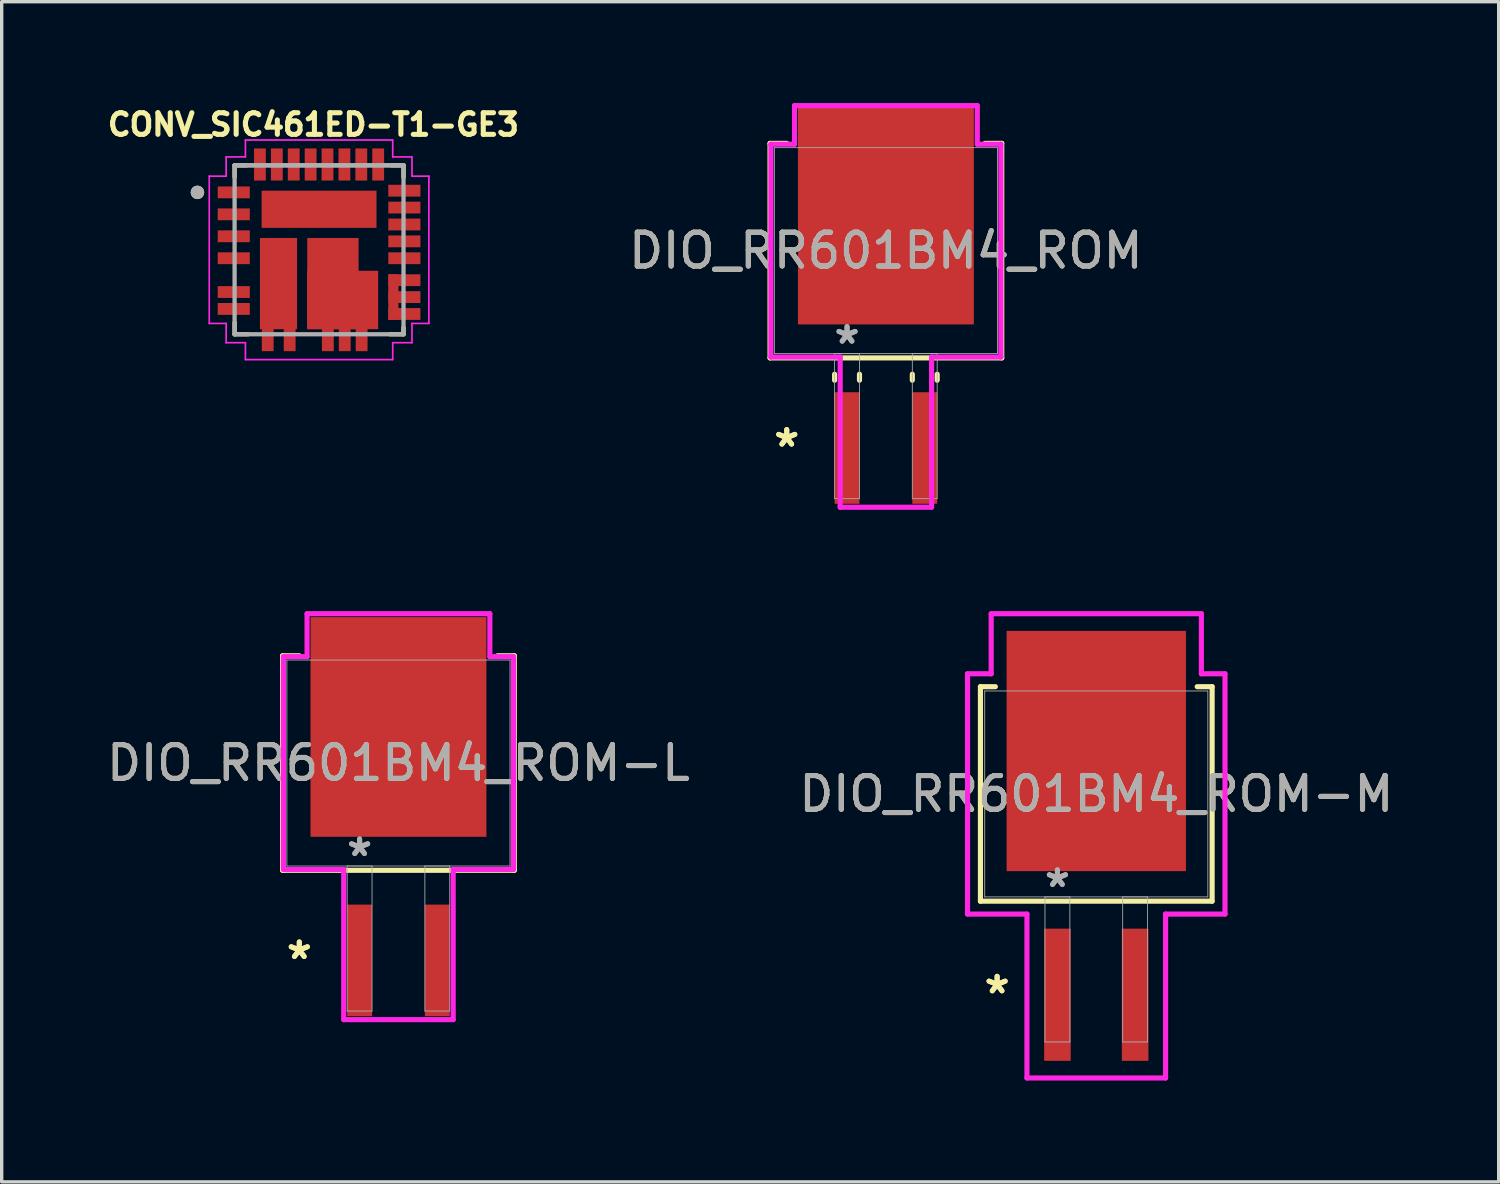
<source format=kicad_pcb>
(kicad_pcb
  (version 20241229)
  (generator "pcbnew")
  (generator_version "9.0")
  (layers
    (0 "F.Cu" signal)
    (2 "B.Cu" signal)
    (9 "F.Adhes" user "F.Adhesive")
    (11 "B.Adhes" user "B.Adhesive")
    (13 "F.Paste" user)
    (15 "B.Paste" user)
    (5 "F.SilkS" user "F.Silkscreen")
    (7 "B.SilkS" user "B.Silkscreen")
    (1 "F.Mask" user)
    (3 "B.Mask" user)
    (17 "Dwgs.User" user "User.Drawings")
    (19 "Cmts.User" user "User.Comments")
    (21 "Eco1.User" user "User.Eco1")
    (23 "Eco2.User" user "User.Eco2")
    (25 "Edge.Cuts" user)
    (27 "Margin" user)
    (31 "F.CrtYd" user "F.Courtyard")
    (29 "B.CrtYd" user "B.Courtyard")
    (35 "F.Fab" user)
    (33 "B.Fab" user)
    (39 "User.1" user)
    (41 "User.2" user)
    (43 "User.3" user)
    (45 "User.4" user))
  (footprint "DIO_RR601BM4_ROM"
    (layer "F.Cu")
    (at 23.172 4.369)
    (property "Reference" "DIO_RR601BM4_ROM" (at 0 0 0) (unlocked yes) (layer "F.SilkS") (effects (font (size 1 1) (thickness 0.15))))
    (attr smd)
    (fp_line (start -3.429 -3.175) (end -3.429 3.175) (stroke (width 0.152) (type solid)) (layer "F.SilkS"))
    (fp_line (start -3.429 3.175) (end 3.429 3.175) (stroke (width 0.152) (type solid)) (layer "F.SilkS"))
    (fp_line (start -2.936 -3.175) (end -3.429 -3.175) (stroke (width 0.152) (type solid)) (layer "F.SilkS"))
    (fp_line (start -1.518 3.658) (end -1.518 3.835) (stroke (width 0.152) (type solid)) (layer "F.SilkS"))
    (fp_line (start -0.782 3.658) (end -0.782 3.835) (stroke (width 0.152) (type solid)) (layer "F.SilkS"))
    (fp_line (start 0.782 3.658) (end 0.782 3.835) (stroke (width 0.152) (type solid)) (layer "F.SilkS"))
    (fp_line (start 1.518 3.658) (end 1.518 3.835) (stroke (width 0.152) (type solid)) (layer "F.SilkS"))
    (fp_line (start 3.429 -3.175) (end 2.936 -3.175) (stroke (width 0.152) (type solid)) (layer "F.SilkS"))
    (fp_line (start 3.429 3.175) (end 3.429 -3.175) (stroke (width 0.152) (type solid)) (layer "F.SilkS"))
    (fp_line (start -3.404 -3.15) (end -2.705 -3.15) (stroke (width 0.152) (type solid)) (layer "F.CrtYd"))
    (fp_line (start -3.404 3.15) (end -3.404 -3.15) (stroke (width 0.152) (type solid)) (layer "F.CrtYd"))
    (fp_line (start -2.705 -4.293) (end 2.705 -4.293) (stroke (width 0.152) (type solid)) (layer "F.CrtYd"))
    (fp_line (start -2.705 -3.15) (end -2.705 -4.293) (stroke (width 0.152) (type solid)) (layer "F.CrtYd"))
    (fp_line (start -1.353 3.15) (end -3.404 3.15) (stroke (width 0.152) (type solid)) (layer "F.CrtYd"))
    (fp_line (start -1.353 7.595) (end -1.353 3.15) (stroke (width 0.152) (type solid)) (layer "F.CrtYd"))
    (fp_line (start 1.353 3.15) (end 1.353 7.595) (stroke (width 0.152) (type solid)) (layer "F.CrtYd"))
    (fp_line (start 1.353 7.595) (end -1.353 7.595) (stroke (width 0.152) (type solid)) (layer "F.CrtYd"))
    (fp_line (start 2.705 -4.293) (end 2.705 -3.15) (stroke (width 0.152) (type solid)) (layer "F.CrtYd"))
    (fp_line (start 2.705 -3.15) (end 3.404 -3.15) (stroke (width 0.152) (type solid)) (layer "F.CrtYd"))
    (fp_line (start 3.404 -3.15) (end 3.404 3.15) (stroke (width 0.152) (type solid)) (layer "F.CrtYd"))
    (fp_line (start 3.404 3.15) (end 1.353 3.15) (stroke (width 0.152) (type solid)) (layer "F.CrtYd"))
    (fp_line (start -3.302 -3.048) (end -3.302 3.048) (stroke (width 0.025) (type solid)) (layer "F.Fab"))
    (fp_line (start -3.302 3.048) (end 3.302 3.048) (stroke (width 0.025) (type solid)) (layer "F.Fab"))
    (fp_line (start -1.518 3.048) (end -1.518 7.341) (stroke (width 0.025) (type solid)) (layer "F.Fab"))
    (fp_line (start -1.518 7.341) (end -0.782 7.341) (stroke (width 0.025) (type solid)) (layer "F.Fab"))
    (fp_line (start -0.782 3.048) (end -1.518 3.048) (stroke (width 0.025) (type solid)) (layer "F.Fab"))
    (fp_line (start -0.782 7.341) (end -0.782 3.048) (stroke (width 0.025) (type solid)) (layer "F.Fab"))
    (fp_line (start 0.782 3.048) (end 0.782 7.341) (stroke (width 0.025) (type solid)) (layer "F.Fab"))
    (fp_line (start 0.782 7.341) (end 1.518 7.341) (stroke (width 0.025) (type solid)) (layer "F.Fab"))
    (fp_line (start 1.518 3.048) (end 0.782 3.048) (stroke (width 0.025) (type solid)) (layer "F.Fab"))
    (fp_line (start 1.518 7.341) (end 1.518 3.048) (stroke (width 0.025) (type solid)) (layer "F.Fab"))
    (fp_line (start 3.302 -3.048) (end -3.302 -3.048) (stroke (width 0.025) (type solid)) (layer "F.Fab"))
    (fp_line (start 3.302 3.048) (end 3.302 -3.048) (stroke (width 0.025) (type solid)) (layer "F.Fab"))
    (fp_text user "*" (at -2.935 5.842 0) (layer "F.SilkS") (effects (font (size 1 1) (thickness 0.15))))
    (fp_text user "*" (at -2.935 5.842 0) (unlocked yes) (layer "F.SilkS") (effects (font (size 1 1) (thickness 0.15))))
    (fp_text user "*" (at -1.15 2.794 0) (layer "F.Fab") (effects (font (size 1 1) (thickness 0.15))))
    (fp_text user "*" (at -1.15 2.794 0) (unlocked yes) (layer "F.Fab") (effects (font (size 1 1) (thickness 0.15))))
    (fp_text user "${REFERENCE}" (at 0 0 0) (unlocked yes) (layer "F.Fab") (effects (font (size 1 1) (thickness 0.15))))
    (pad "1" smd rect (at -1.15 5.842) (size 0.737 3.302) (layers "F.Cu" "F.Mask" "F.Paste"))
    (pad "2" smd rect (at 1.15 5.842) (size 0.737 3.302) (layers "F.Cu" "F.Mask" "F.Paste"))
    (pad "3" smd rect (at 0 -1.067) (size 5.207 6.502) (layers "F.Cu" "F.Mask" "F.Paste")))
  (footprint "CONV_SIC461ED-T1-GE3"
    (layer "F.Cu")
    (at 6.394 4.344)
    (property "Reference" "CONV_SIC461ED-T1-GE3" (at -0.168 -3.706 0) (layer "F.SilkS") (effects (font (size 0.64 0.64) (thickness 0.15))))
    (attr smd)
    (fp_line (start -2.5 -2.5) (end -2.15 -2.5) (stroke (width 0.127) (type solid)) (layer "F.SilkS"))
    (fp_line (start -2.5 -2.15) (end -2.5 -2.5) (stroke (width 0.127) (type solid)) (layer "F.SilkS"))
    (fp_line (start -2.5 2.5) (end -2.5 2.15) (stroke (width 0.127) (type solid)) (layer "F.SilkS"))
    (fp_line (start -2.1 2.5) (end -2.5 2.5) (stroke (width 0.127) (type solid)) (layer "F.SilkS"))
    (fp_line (start 2.15 -2.5) (end 2.5 -2.5) (stroke (width 0.127) (type solid)) (layer "F.SilkS"))
    (fp_line (start 2.5 -2.5) (end 2.5 -2.15) (stroke (width 0.127) (type solid)) (layer "F.SilkS"))
    (fp_line (start 2.5 2.3) (end 2.5 2.5) (stroke (width 0.127) (type solid)) (layer "F.SilkS"))
    (fp_line (start 2.5 2.5) (end 2.1 2.5) (stroke (width 0.127) (type solid)) (layer "F.SilkS"))
    (fp_circle (center -3.6 -1.7) (end -3.5 -1.7) (stroke (width 0.2) (type solid)) (fill no) (layer "F.SilkS"))
    (fp_line (start -3.25 -2.18) (end -2.75 -2.18) (stroke (width 0.05) (type solid)) (layer "F.CrtYd"))
    (fp_line (start -3.25 2.18) (end -3.25 -2.18) (stroke (width 0.05) (type solid)) (layer "F.CrtYd"))
    (fp_line (start -2.75 -2.75) (end -2.18 -2.75) (stroke (width 0.05) (type solid)) (layer "F.CrtYd"))
    (fp_line (start -2.75 -2.18) (end -2.75 -2.75) (stroke (width 0.05) (type solid)) (layer "F.CrtYd"))
    (fp_line (start -2.75 2.18) (end -3.25 2.18) (stroke (width 0.05) (type solid)) (layer "F.CrtYd"))
    (fp_line (start -2.75 2.75) (end -2.75 2.18) (stroke (width 0.05) (type solid)) (layer "F.CrtYd"))
    (fp_line (start -2.18 -3.25) (end 2.18 -3.25) (stroke (width 0.05) (type solid)) (layer "F.CrtYd"))
    (fp_line (start -2.18 -2.75) (end -2.18 -3.25) (stroke (width 0.05) (type solid)) (layer "F.CrtYd"))
    (fp_line (start -2.18 2.75) (end -2.75 2.75) (stroke (width 0.05) (type solid)) (layer "F.CrtYd"))
    (fp_line (start -2.18 3.25) (end -2.18 2.75) (stroke (width 0.05) (type solid)) (layer "F.CrtYd"))
    (fp_line (start 2.18 -3.25) (end 2.18 -2.75) (stroke (width 0.05) (type solid)) (layer "F.CrtYd"))
    (fp_line (start 2.18 -2.75) (end 2.75 -2.75) (stroke (width 0.05) (type solid)) (layer "F.CrtYd"))
    (fp_line (start 2.18 2.75) (end 2.18 3.25) (stroke (width 0.05) (type solid)) (layer "F.CrtYd"))
    (fp_line (start 2.18 3.25) (end -2.18 3.25) (stroke (width 0.05) (type solid)) (layer "F.CrtYd"))
    (fp_line (start 2.75 -2.75) (end 2.75 -2.18) (stroke (width 0.05) (type solid)) (layer "F.CrtYd"))
    (fp_line (start 2.75 -2.18) (end 3.25 -2.18) (stroke (width 0.05) (type solid)) (layer "F.CrtYd"))
    (fp_line (start 2.75 2.18) (end 2.75 2.75) (stroke (width 0.05) (type solid)) (layer "F.CrtYd"))
    (fp_line (start 2.75 2.75) (end 2.18 2.75) (stroke (width 0.05) (type solid)) (layer "F.CrtYd"))
    (fp_line (start 3.25 -2.18) (end 3.25 2.18) (stroke (width 0.05) (type solid)) (layer "F.CrtYd"))
    (fp_line (start 3.25 2.18) (end 2.75 2.18) (stroke (width 0.05) (type solid)) (layer "F.CrtYd"))
    (fp_line (start -2.5 -2.5) (end 2.5 -2.5) (stroke (width 0.127) (type solid)) (layer "F.Fab"))
    (fp_line (start -2.5 -2.5) (end 2.5 -2.5) (stroke (width 0.127) (type solid)) (layer "F.Fab"))
    (fp_line (start -2.5 2.5) (end -2.5 -2.5) (stroke (width 0.127) (type solid)) (layer "F.Fab"))
    (fp_line (start 2.5 -2.5) (end 2.5 2.5) (stroke (width 0.127) (type solid)) (layer "F.Fab"))
    (fp_line (start 2.5 2.5) (end -2.5 2.5) (stroke (width 0.127) (type solid)) (layer "F.Fab"))
    (fp_circle (center -3.6 -1.7) (end -3.5 -1.7) (stroke (width 0.2) (type solid)) (fill no) (layer "F.Fab"))
    (pad "1" smd rect (at -2.525 -1.7) (size 0.95 0.35) (layers "F.Cu" "F.Mask" "F.Paste"))
    (pad "2" smd rect (at -2.525 -1.05) (size 0.95 0.35) (layers "F.Cu" "F.Mask" "F.Paste"))
    (pad "3" smd rect (at -2.525 -0.4) (size 0.95 0.35) (layers "F.Cu" "F.Mask" "F.Paste"))
    (pad "4" smd rect (at -2.525 0.25) (size 0.95 0.35) (layers "F.Cu" "F.Mask" "F.Paste"))
    (pad "5" smd rect (at -2.525 1.25) (size 0.95 0.35) (layers "F.Cu" "F.Mask" "F.Paste"))
    (pad "6" smd rect (at -2.525 1.75) (size 0.95 0.35) (layers "F.Cu" "F.Mask" "F.Paste"))
    (pad "7" smd rect (at -1.52 2.525 90) (size 0.95 0.35) (layers "F.Cu" "F.Mask" "F.Paste"))
    (pad "8" smd rect (at -0.87 2.525 90) (size 0.95 0.35) (layers "F.Cu" "F.Mask" "F.Paste"))
    (pad "9" smd rect (at 0.26 2.525 90) (size 0.95 0.35) (layers "F.Cu" "F.Mask" "F.Paste"))
    (pad "10" smd rect (at 0.76 2.525 90) (size 0.95 0.35) (layers "F.Cu" "F.Mask" "F.Paste"))
    (pad "11" smd rect (at 1.26 2.525 90) (size 0.95 0.35) (layers "F.Cu" "F.Mask" "F.Paste"))
    (pad "12" smd rect (at 2.525 1.9 180) (size 0.95 0.35) (layers "F.Cu" "F.Mask" "F.Paste"))
    (pad "13" smd rect (at 2.525 1.4 180) (size 0.95 0.35) (layers "F.Cu" "F.Mask" "F.Paste"))
    (pad "14" smd rect (at 2.525 0.9 180) (size 0.95 0.35) (layers "F.Cu" "F.Mask" "F.Paste"))
    (pad "14.1" smd rect (at 2.2 1.4 270) (size 1.35 0.3) (layers "F.Cu" "F.Mask" "F.Paste"))
    (pad "15" smd rect (at 2.525 0.25 180) (size 0.95 0.35) (layers "F.Cu" "F.Mask" "F.Paste"))
    (pad "16" smd rect (at 2.525 -0.25 180) (size 0.95 0.35) (layers "F.Cu" "F.Mask" "F.Paste"))
    (pad "17" smd rect (at 2.525 -0.75 180) (size 0.95 0.35) (layers "F.Cu" "F.Mask" "F.Paste"))
    (pad "18" smd rect (at 2.525 -1.25 180) (size 0.95 0.35) (layers "F.Cu" "F.Mask" "F.Paste"))
    (pad "19" smd rect (at 2.525 -1.75 180) (size 0.95 0.35) (layers "F.Cu" "F.Mask" "F.Paste"))
    (pad "20" smd rect (at 1.75 -2.525 270) (size 0.95 0.35) (layers "F.Cu" "F.Mask" "F.Paste"))
    (pad "21" smd rect (at 1.25 -2.525 270) (size 0.95 0.35) (layers "F.Cu" "F.Mask" "F.Paste"))
    (pad "22" smd rect (at 0.75 -2.525 270) (size 0.95 0.35) (layers "F.Cu" "F.Mask" "F.Paste"))
    (pad "23" smd rect (at 0.25 -2.525 270) (size 0.95 0.35) (layers "F.Cu" "F.Mask" "F.Paste"))
    (pad "24" smd rect (at -0.25 -2.525 270) (size 0.95 0.35) (layers "F.Cu" "F.Mask" "F.Paste"))
    (pad "25" smd rect (at -0.75 -2.525 270) (size 0.95 0.35) (layers "F.Cu" "F.Mask" "F.Paste"))
    (pad "26" smd rect (at -1.25 -2.525 270) (size 0.95 0.35) (layers "F.Cu" "F.Mask" "F.Paste"))
    (pad "27" smd rect (at -1.75 -2.525 270) (size 0.95 0.35) (layers "F.Cu" "F.Mask" "F.Paste"))
    (pad "28" smd rect (at 0 -1.2) (size 3.4 1.1) (layers "F.Cu" "F.Mask" "F.Paste"))
    (pad "29" smd rect (at -1.2 1 90) (size 2.7 1.1) (layers "F.Cu" "F.Mask" "F.Paste"))
    (pad "30.1" smd rect (at 0.41 1 90) (size 2.7 1.52) (layers "F.Cu" "F.Mask" "F.Paste"))
    (pad "30.2" smd rect (at 0.7 1.485 180) (size 2.1 1.73) (layers "F.Cu" "F.Mask" "F.Paste")))
  (footprint "DIO_RR601BM4_ROM-L"
    (layer "F.Cu")
    (at 8.744 19.535)
    (property "Reference" "DIO_RR601BM4_ROM-L" (at 0 0 0) (unlocked yes) (layer "F.SilkS") (effects (font (size 1 1) (thickness 0.15))))
    (attr smd)
    (fp_line (start -3.429 -3.175) (end -3.429 3.175) (stroke (width 0.152) (type solid)) (layer "F.SilkS"))
    (fp_line (start -3.429 3.175) (end 3.429 3.175) (stroke (width 0.152) (type solid)) (layer "F.SilkS"))
    (fp_line (start -2.936 -3.175) (end -3.429 -3.175) (stroke (width 0.152) (type solid)) (layer "F.SilkS"))
    (fp_line (start 3.429 -3.175) (end 2.936 -3.175) (stroke (width 0.152) (type solid)) (layer "F.SilkS"))
    (fp_line (start 3.429 3.175) (end 3.429 -3.175) (stroke (width 0.152) (type solid)) (layer "F.SilkS"))
    (fp_line (start -3.404 -3.15) (end -2.705 -3.15) (stroke (width 0.152) (type solid)) (layer "F.CrtYd"))
    (fp_line (start -3.404 3.15) (end -3.404 -3.15) (stroke (width 0.152) (type solid)) (layer "F.CrtYd"))
    (fp_line (start -2.705 -4.42) (end 2.705 -4.42) (stroke (width 0.152) (type solid)) (layer "F.CrtYd"))
    (fp_line (start -2.705 -3.15) (end -2.705 -4.42) (stroke (width 0.152) (type solid)) (layer "F.CrtYd"))
    (fp_line (start -1.62 3.15) (end -3.404 3.15) (stroke (width 0.152) (type solid)) (layer "F.CrtYd"))
    (fp_line (start -1.62 7.595) (end -1.62 3.15) (stroke (width 0.152) (type solid)) (layer "F.CrtYd"))
    (fp_line (start 1.62 3.15) (end 1.62 7.595) (stroke (width 0.152) (type solid)) (layer "F.CrtYd"))
    (fp_line (start 1.62 7.595) (end -1.62 7.595) (stroke (width 0.152) (type solid)) (layer "F.CrtYd"))
    (fp_line (start 2.705 -4.42) (end 2.705 -3.15) (stroke (width 0.152) (type solid)) (layer "F.CrtYd"))
    (fp_line (start 2.705 -3.15) (end 3.404 -3.15) (stroke (width 0.152) (type solid)) (layer "F.CrtYd"))
    (fp_line (start 3.404 -3.15) (end 3.404 3.15) (stroke (width 0.152) (type solid)) (layer "F.CrtYd"))
    (fp_line (start 3.404 3.15) (end 1.62 3.15) (stroke (width 0.152) (type solid)) (layer "F.CrtYd"))
    (fp_line (start -3.302 -3.048) (end -3.302 3.048) (stroke (width 0.025) (type solid)) (layer "F.Fab"))
    (fp_line (start -3.302 3.048) (end 3.302 3.048) (stroke (width 0.025) (type solid)) (layer "F.Fab"))
    (fp_line (start -1.518 3.048) (end -1.518 7.341) (stroke (width 0.025) (type solid)) (layer "F.Fab"))
    (fp_line (start -1.518 7.341) (end -0.782 7.341) (stroke (width 0.025) (type solid)) (layer "F.Fab"))
    (fp_line (start -0.782 3.048) (end -1.518 3.048) (stroke (width 0.025) (type solid)) (layer "F.Fab"))
    (fp_line (start -0.782 7.341) (end -0.782 3.048) (stroke (width 0.025) (type solid)) (layer "F.Fab"))
    (fp_line (start 0.782 3.048) (end 0.782 7.341) (stroke (width 0.025) (type solid)) (layer "F.Fab"))
    (fp_line (start 0.782 7.341) (end 1.518 7.341) (stroke (width 0.025) (type solid)) (layer "F.Fab"))
    (fp_line (start 1.518 3.048) (end 0.782 3.048) (stroke (width 0.025) (type solid)) (layer "F.Fab"))
    (fp_line (start 1.518 7.341) (end 1.518 3.048) (stroke (width 0.025) (type solid)) (layer "F.Fab"))
    (fp_line (start 3.302 -3.048) (end -3.302 -3.048) (stroke (width 0.025) (type solid)) (layer "F.Fab"))
    (fp_line (start 3.302 3.048) (end 3.302 -3.048) (stroke (width 0.025) (type solid)) (layer "F.Fab"))
    (fp_text user "*" (at -2.935 5.842 0) (layer "F.SilkS") (effects (font (size 1 1) (thickness 0.15))))
    (fp_text user "*" (at -2.935 5.842 0) (unlocked yes) (layer "F.SilkS") (effects (font (size 1 1) (thickness 0.15))))
    (fp_text user "${REFERENCE}" (at 0 0 0) (unlocked yes) (layer "F.Fab") (effects (font (size 1 1) (thickness 0.15))))
    (fp_text user "*" (at -1.15 2.794 0) (unlocked yes) (layer "F.Fab") (effects (font (size 1 1) (thickness 0.15))))
    (fp_text user "*" (at -1.15 2.794 0) (layer "F.Fab") (effects (font (size 1 1) (thickness 0.15))))
    (pad "1" smd rect (at -1.15 5.842) (size 0.737 3.302) (layers "F.Cu" "F.Mask" "F.Paste"))
    (pad "2" smd rect (at 1.15 5.842) (size 0.737 3.302) (layers "F.Cu" "F.Mask" "F.Paste"))
    (pad "3" smd rect (at 0 -1.067) (size 5.207 6.502) (layers "F.Cu" "F.Mask" "F.Paste")))
  (footprint "DIO_RR601BM4_ROM-M"
    (layer "F.Cu")
    (at 29.399 20.45)
    (property "Reference" "DIO_RR601BM4_ROM-M" (at 0 0 0) (unlocked yes) (layer "F.SilkS") (effects (font (size 1 1) (thickness 0.15))))
    (attr smd)
    (fp_line (start -3.429 -3.175) (end -3.429 3.175) (stroke (width 0.152) (type solid)) (layer "F.SilkS"))
    (fp_line (start -3.429 3.175) (end 3.429 3.175) (stroke (width 0.152) (type solid)) (layer "F.SilkS"))
    (fp_line (start -2.987 -3.175) (end -3.429 -3.175) (stroke (width 0.152) (type solid)) (layer "F.SilkS"))
    (fp_line (start 3.429 -3.175) (end 2.987 -3.175) (stroke (width 0.152) (type solid)) (layer "F.SilkS"))
    (fp_line (start 3.429 3.175) (end 3.429 -3.175) (stroke (width 0.152) (type solid)) (layer "F.SilkS"))
    (fp_line (start -3.81 -3.556) (end -3.111 -3.556) (stroke (width 0.152) (type solid)) (layer "F.CrtYd"))
    (fp_line (start -3.81 3.556) (end -3.81 -3.556) (stroke (width 0.152) (type solid)) (layer "F.CrtYd"))
    (fp_line (start -3.111 -5.334) (end 3.111 -5.334) (stroke (width 0.152) (type solid)) (layer "F.CrtYd"))
    (fp_line (start -3.111 -3.556) (end -3.111 -5.334) (stroke (width 0.152) (type solid)) (layer "F.CrtYd"))
    (fp_line (start -2.052 3.556) (end -3.81 3.556) (stroke (width 0.152) (type solid)) (layer "F.CrtYd"))
    (fp_line (start -2.052 8.407) (end -2.052 3.556) (stroke (width 0.152) (type solid)) (layer "F.CrtYd"))
    (fp_line (start 2.052 3.556) (end 2.052 8.407) (stroke (width 0.152) (type solid)) (layer "F.CrtYd"))
    (fp_line (start 2.052 8.407) (end -2.052 8.407) (stroke (width 0.152) (type solid)) (layer "F.CrtYd"))
    (fp_line (start 3.111 -5.334) (end 3.111 -3.556) (stroke (width 0.152) (type solid)) (layer "F.CrtYd"))
    (fp_line (start 3.111 -3.556) (end 3.81 -3.556) (stroke (width 0.152) (type solid)) (layer "F.CrtYd"))
    (fp_line (start 3.81 -3.556) (end 3.81 3.556) (stroke (width 0.152) (type solid)) (layer "F.CrtYd"))
    (fp_line (start 3.81 3.556) (end 2.052 3.556) (stroke (width 0.152) (type solid)) (layer "F.CrtYd"))
    (fp_line (start -3.302 -3.048) (end -3.302 3.048) (stroke (width 0.025) (type solid)) (layer "F.Fab"))
    (fp_line (start -3.302 3.048) (end 3.302 3.048) (stroke (width 0.025) (type solid)) (layer "F.Fab"))
    (fp_line (start -1.518 3.048) (end -1.518 7.341) (stroke (width 0.025) (type solid)) (layer "F.Fab"))
    (fp_line (start -1.518 7.341) (end -0.782 7.341) (stroke (width 0.025) (type solid)) (layer "F.Fab"))
    (fp_line (start -0.782 3.048) (end -1.518 3.048) (stroke (width 0.025) (type solid)) (layer "F.Fab"))
    (fp_line (start -0.782 7.341) (end -0.782 3.048) (stroke (width 0.025) (type solid)) (layer "F.Fab"))
    (fp_line (start 0.782 3.048) (end 0.782 7.341) (stroke (width 0.025) (type solid)) (layer "F.Fab"))
    (fp_line (start 0.782 7.341) (end 1.518 7.341) (stroke (width 0.025) (type solid)) (layer "F.Fab"))
    (fp_line (start 1.518 3.048) (end 0.782 3.048) (stroke (width 0.025) (type solid)) (layer "F.Fab"))
    (fp_line (start 1.518 7.341) (end 1.518 3.048) (stroke (width 0.025) (type solid)) (layer "F.Fab"))
    (fp_line (start 3.302 -3.048) (end -3.302 -3.048) (stroke (width 0.025) (type solid)) (layer "F.Fab"))
    (fp_line (start 3.302 3.048) (end 3.302 -3.048) (stroke (width 0.025) (type solid)) (layer "F.Fab"))
    (fp_text user "*" (at -2.935 5.944 0) (layer "F.SilkS") (effects (font (size 1 1) (thickness 0.15))))
    (fp_text user "*" (at -2.935 5.944 0) (unlocked yes) (layer "F.SilkS") (effects (font (size 1 1) (thickness 0.15))))
    (fp_text user "*" (at -1.15 2.794 0) (unlocked yes) (layer "F.Fab") (effects (font (size 1 1) (thickness 0.15))))
    (fp_text user "*" (at -1.15 2.794 0) (layer "F.Fab") (effects (font (size 1 1) (thickness 0.15))))
    (fp_text user "${REFERENCE}" (at 0 0 0) (unlocked yes) (layer "F.Fab") (effects (font (size 1 1) (thickness 0.15))))
    (pad "1" smd rect (at -1.15 5.944) (size 0.787 3.912) (layers "F.Cu" "F.Mask" "F.Paste"))
    (pad "2" smd rect (at 1.15 5.944) (size 0.787 3.912) (layers "F.Cu" "F.Mask" "F.Paste"))
    (pad "3" smd rect (at 0 -1.27) (size 5.309 7.112) (layers "F.Cu" "F.Mask" "F.Paste")))
  (gr_rect
    (start -3 -3)
    (end 41.31 31.933)
    (stroke (width 0.1) (type default))
    (fill no)
    (layer "Edge.Cuts")))
</source>
